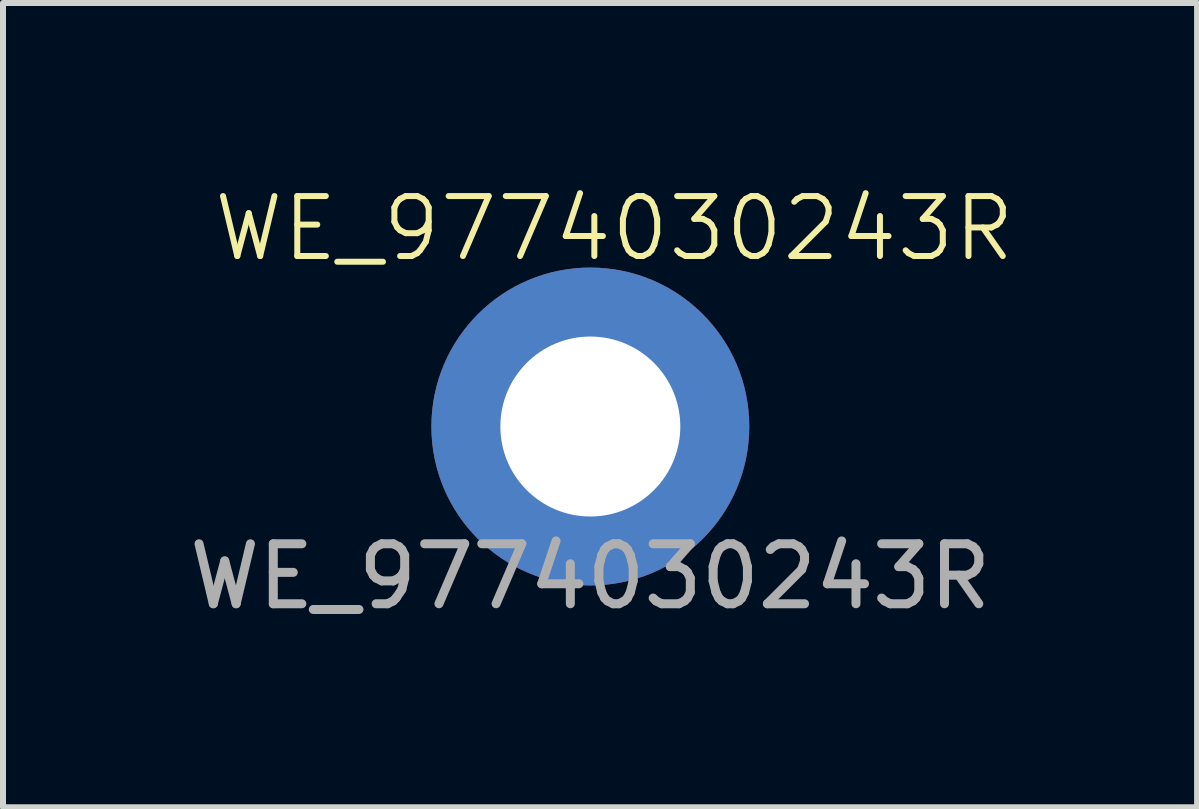
<source format=kicad_pcb>
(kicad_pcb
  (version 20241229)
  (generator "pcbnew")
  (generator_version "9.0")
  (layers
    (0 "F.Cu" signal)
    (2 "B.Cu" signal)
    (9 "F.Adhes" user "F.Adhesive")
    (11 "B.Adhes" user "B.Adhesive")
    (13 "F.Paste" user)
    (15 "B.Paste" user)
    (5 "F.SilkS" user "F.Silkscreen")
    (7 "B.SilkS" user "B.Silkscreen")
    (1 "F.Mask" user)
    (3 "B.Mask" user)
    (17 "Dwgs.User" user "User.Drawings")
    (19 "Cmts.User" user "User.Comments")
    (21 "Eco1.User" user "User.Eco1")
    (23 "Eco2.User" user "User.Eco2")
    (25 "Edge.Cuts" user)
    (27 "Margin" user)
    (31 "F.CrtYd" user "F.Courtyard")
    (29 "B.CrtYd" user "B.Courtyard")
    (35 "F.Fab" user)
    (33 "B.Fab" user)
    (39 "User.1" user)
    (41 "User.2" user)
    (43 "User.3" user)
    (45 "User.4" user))
  (footprint "WE_9774030243R"
    (layer "F.Cu")
    (at 6.792 4.061)
    (property "Reference" "WE_9774030243R" (at 0.4 -3.3 0) (unlocked yes) (layer "F.SilkS") (effects (font (size 1 1) (thickness 0.1))))
    (attr through_hole)
    (fp_text user "${REFERENCE}" (at 0 2.5 0) (unlocked yes) (layer "F.Fab") (effects (font (size 1 1) (thickness 0.15))))
    (pad "1" thru_hole circle (at 0 0) (size 5.3 5.3) (drill 3) (layers "*.Cu" "*.Mask")))
  (gr_rect
    (start -3 -3)
    (end 16.908 10.409)
    (stroke (width 0.1) (type default))
    (fill no)
    (layer "Edge.Cuts")))
</source>
